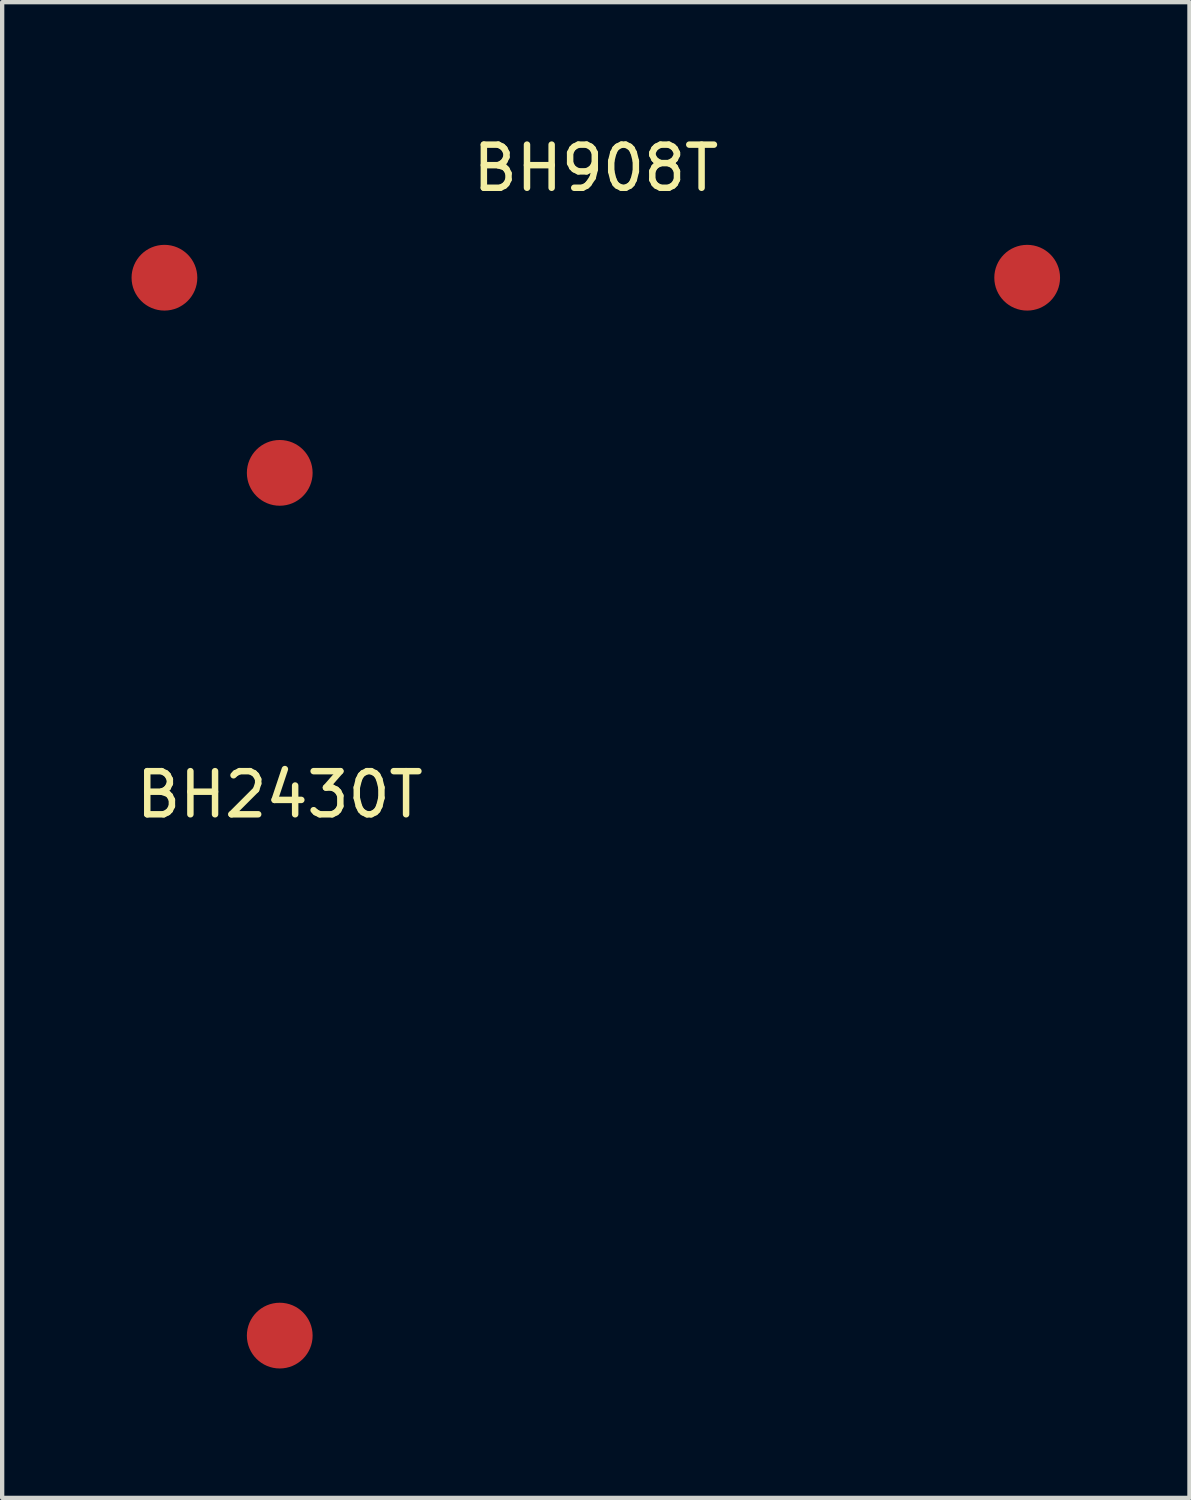
<source format=kicad_pcb>
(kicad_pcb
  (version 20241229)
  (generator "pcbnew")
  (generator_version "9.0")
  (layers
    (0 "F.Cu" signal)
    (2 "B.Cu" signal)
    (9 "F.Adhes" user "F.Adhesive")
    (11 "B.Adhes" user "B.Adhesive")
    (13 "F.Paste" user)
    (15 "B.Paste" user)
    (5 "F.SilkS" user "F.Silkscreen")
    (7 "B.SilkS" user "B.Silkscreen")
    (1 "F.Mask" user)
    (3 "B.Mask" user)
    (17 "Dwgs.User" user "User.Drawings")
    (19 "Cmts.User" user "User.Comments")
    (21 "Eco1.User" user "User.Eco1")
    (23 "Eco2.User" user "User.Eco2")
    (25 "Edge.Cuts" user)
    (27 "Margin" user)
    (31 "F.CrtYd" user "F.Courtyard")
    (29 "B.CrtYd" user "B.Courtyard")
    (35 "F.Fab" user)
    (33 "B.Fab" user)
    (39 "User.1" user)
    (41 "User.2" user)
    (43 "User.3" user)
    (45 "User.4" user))
  (footprint "BH908T"
    (layer "F.Cu")
    (at 10.762 3.388)
    (property "Reference" "BH908T" (at 0 -2.54 0) (layer "F.SilkS") (effects (font (size 1 1) (thickness 0.15))))
    (attr through_hole)
    (pad "1" smd circle (at 10 0) (size 1.524 1.524) (layers "F.Cu" "F.Mask" "F.Paste"))
    (pad "2" smd circle (at -10 0) (size 1.524 1.524) (layers "F.Cu" "F.Mask" "F.Paste")))
  (footprint "BH2430T"
    (layer "F.Cu")
    (at 3.435 17.912)
    (property "Reference" "BH2430T" (at 0 -2.54 0) (layer "F.SilkS") (effects (font (size 1 1) (thickness 0.15))))
    (attr through_hole)
    (pad "1" smd circle (at 0 10) (size 1.524 1.524) (layers "F.Cu" "F.Mask" "F.Paste"))
    (pad "2" smd circle (at 0 -10) (size 1.524 1.524) (layers "F.Cu" "F.Mask" "F.Paste")))
  (gr_rect
    (start -3 -3)
    (end 24.524 31.674)
    (stroke (width 0.1) (type default))
    (fill no)
    (layer "Edge.Cuts")))
</source>
